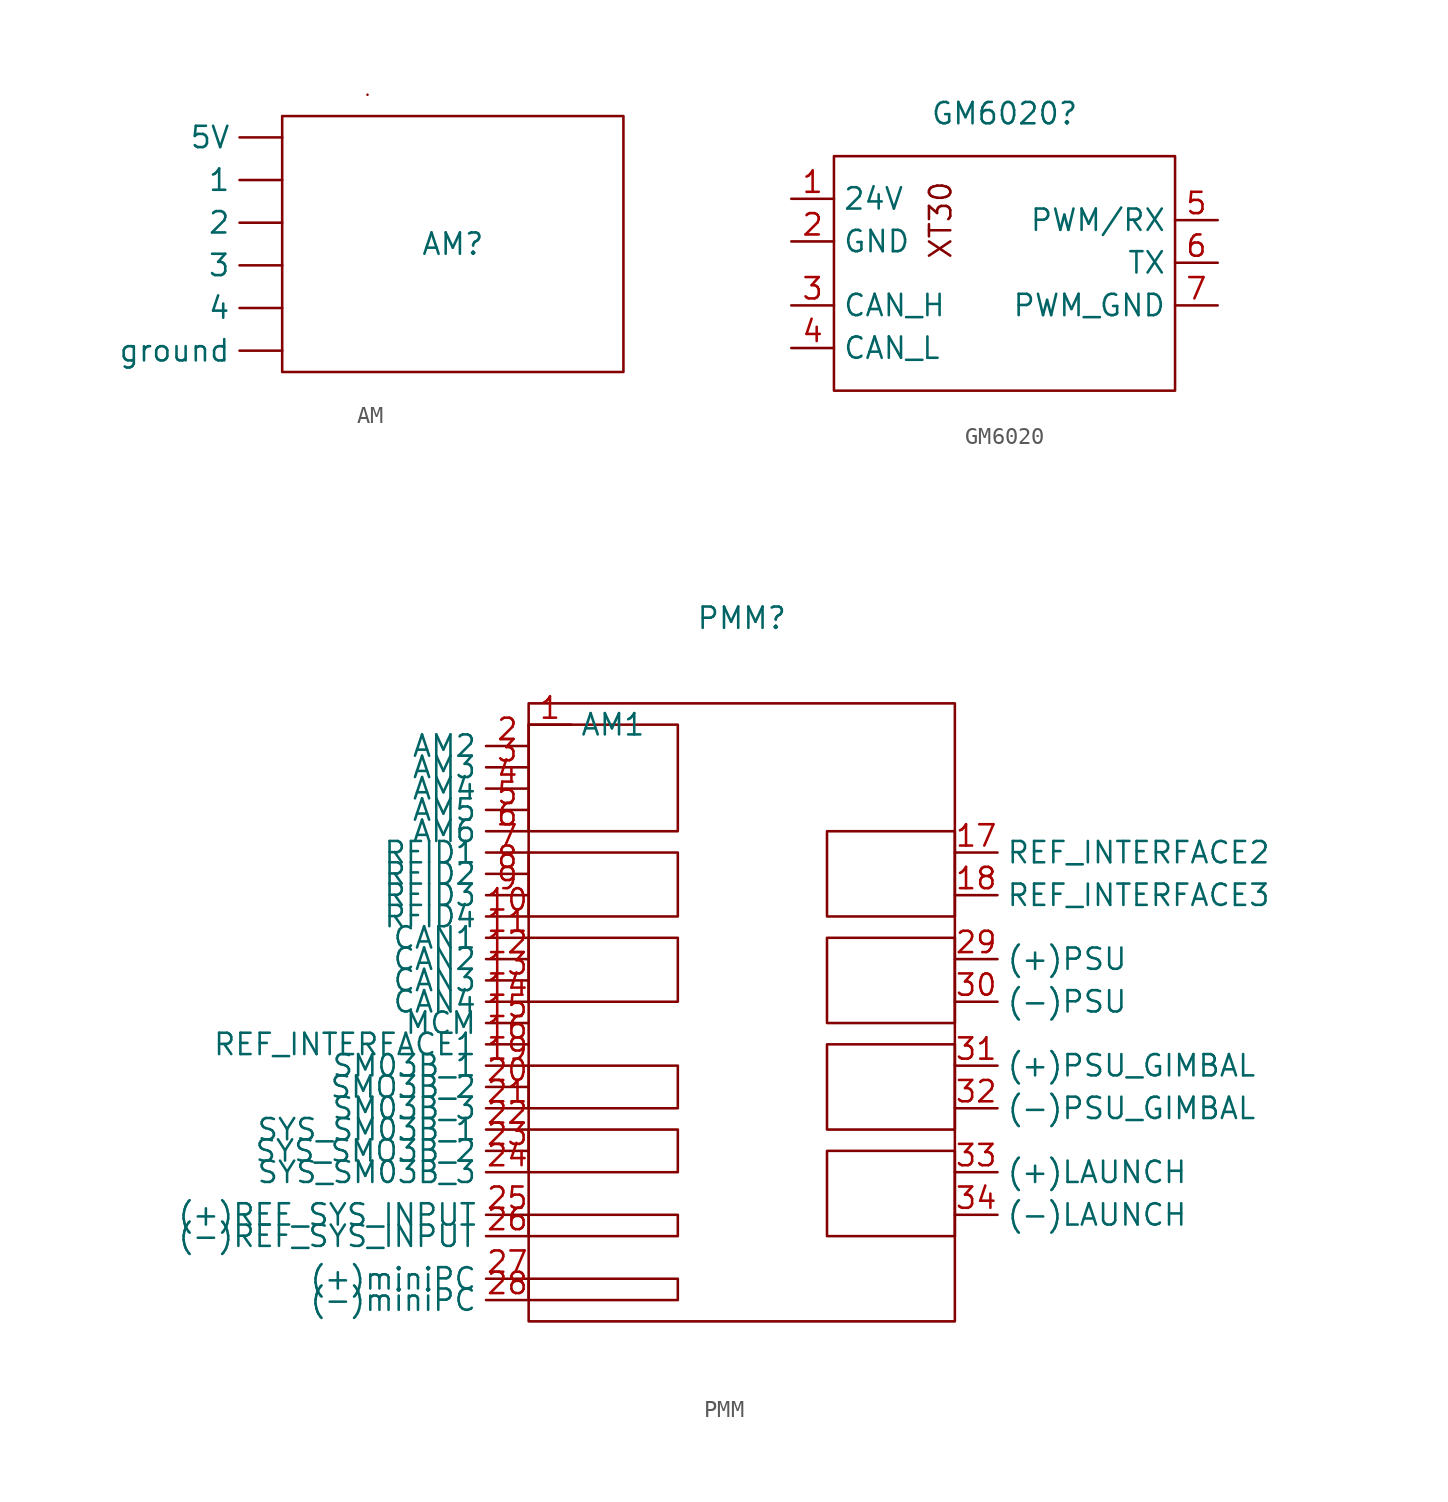
<source format=kicad_sym>
(kicad_symbol_lib
  (version 20220914)
  (generator kicad_symbol_editor)
  (symbol "AM"
    (property "Reference" "AM"
      (at 0 0 0)
      (effects (font (size 1.27 1.27))))
    (property "Value" ""
      (at 0 0 0)
      (effects (font (size 1.27 1.27))))
    (symbol "AM_0_1"
      (rectangle (start -10.16 7.62) (end 10.16 -7.62) (stroke (width 0) (type default)) (fill (type none)))
      (rectangle (start -5.08 8.89) (end -5.08 8.89) (stroke (width 0) (type default)) (fill (type none))))
    (symbol "AM_1_1"
      (pin input line (at -10.16 3.81 180) (length 2.54) (name "1" (effects (font (size 1.27 1.27)))) (number "" (effects (font (size 1.27 1.27)))))
      (pin input line (at -10.16 1.27 180) (length 2.54) (name "2" (effects (font (size 1.27 1.27)))) (number "" (effects (font (size 1.27 1.27)))))
      (pin input line (at -10.16 -1.27 180) (length 2.54) (name "3" (effects (font (size 1.27 1.27)))) (number "" (effects (font (size 1.27 1.27)))))
      (pin input line (at -10.16 -3.81 180) (length 2.54) (name "4" (effects (font (size 1.27 1.27)))) (number "" (effects (font (size 1.27 1.27)))))
      (pin power_in line (at -10.16 6.35 180) (length 2.54) (name "5V" (effects (font (size 1.27 1.27)))) (number "" (effects (font (size 1.27 1.27)))))
      (pin input line (at -10.16 -6.35 180) (length 2.54) (name "ground" (effects (font (size 1.27 1.27)))) (number "" (effects (font (size 1.27 1.27)))))))
  (symbol "GM6020"
    (property "Reference" "GM6020"
      (at 0 3.81 0)
      (effects (font (size 1.27 1.27))))
    (property "Value" ""
      (at -2.54 0 0)
      (effects (font (size 1.27 1.27))))
    (symbol "GM6020_0_1"
      (rectangle (start -10.16 1.27) (end 10.16 -12.7) (stroke (width 0) (type default)) (fill (type none))))
    (symbol "GM6020_1_1"
      (text "XT30" (at -3.81 -2.54 900) (effects (font (size 1.27 1.27))))
      (pin power_in line (at -12.7 -1.27 0) (length 2.54) (name "24V" (effects (font (size 1.27 1.27)))) (number "1" (effects (font (size 1.27 1.27)))))
      (pin power_in line (at -12.7 -3.81 0) (length 2.54) (name "GND" (effects (font (size 1.27 1.27)))) (number "2" (effects (font (size 1.27 1.27)))))
      (pin input line (at -12.7 -7.62 0) (length 2.54) (name "CAN_H" (effects (font (size 1.27 1.27)))) (number "3" (effects (font (size 1.27 1.27)))))
      (pin input line (at -12.7 -10.16 0) (length 2.54) (name "CAN_L" (effects (font (size 1.27 1.27)))) (number "4" (effects (font (size 1.27 1.27)))))
      (pin input line (at 12.7 -2.54 180) (length 2.54) (name "PWM/RX" (effects (font (size 1.27 1.27)))) (number "5" (effects (font (size 1.27 1.27)))))
      (pin output line (at 12.7 -5.08 180) (length 2.54) (name "TX" (effects (font (size 1.27 1.27)))) (number "6" (effects (font (size 1.27 1.27)))))
      (pin bidirectional line (at 12.7 -7.62 180) (length 2.54) (name "PWM_GND" (effects (font (size 1.27 1.27)))) (number "7" (effects (font (size 1.27 1.27)))))))
  (symbol "PMM"
    (property "Reference" "PMM"
      (at 8.89 8.89 0)
      (effects (font (size 1.27 1.27))))
    (property "Value" ""
      (at 0 0 0)
      (effects (font (size 1.27 1.27))))
    (symbol "PMM_0_1"
      (rectangle (start -3.81 -30.48) (end 5.08 -31.75) (stroke (width 0) (type default)) (fill (type none)))
      (rectangle (start -3.81 -26.67) (end 5.08 -27.94) (stroke (width 0) (type default)) (fill (type none)))
      (rectangle (start -3.81 -21.59) (end 5.08 -24.13) (stroke (width 0) (type default)) (fill (type none)))
      (rectangle (start -3.81 -17.78) (end 5.08 -20.32) (stroke (width 0) (type default)) (fill (type none)))
      (rectangle (start -3.81 -10.16) (end 5.08 -13.97) (stroke (width 0) (type default)) (fill (type none)))
      (rectangle (start -3.81 -5.08) (end 5.08 -8.89) (stroke (width 0) (type default)) (fill (type none)))
      (rectangle (start -3.81 2.54) (end 5.08 -3.81) (stroke (width 0) (type default)) (fill (type none)))
      (rectangle (start -3.81 3.81) (end 21.59 -33.02) (stroke (width 0) (type default)) (fill (type none)))
      (rectangle (start 13.97 -16.51) (end 21.59 -21.59) (stroke (width 0) (type default)) (fill (type none)))
      (rectangle (start 13.97 -10.16) (end 21.59 -15.24) (stroke (width 0) (type default)) (fill (type none)))
      (rectangle (start 13.97 -3.81) (end 21.59 -8.89) (stroke (width 0) (type default)) (fill (type none)))
      (rectangle (start 21.59 -22.86) (end 13.97 -27.94) (stroke (width 0) (type default)) (fill (type none))))
    (symbol "PMM_1_1"
      (pin output line (at -3.81 2.54 0) (length 2.54) (name "AM1" (effects (font (size 1.27 1.27)))) (number "1" (effects (font (size 1.27 1.27)))))
      (pin output line (at -3.81 -8.89 180) (length 2.54) (name "RFID4" (effects (font (size 1.27 1.27)))) (number "10" (effects (font (size 1.27 1.27)))))
      (pin output line (at -3.81 -10.16 180) (length 2.54) (name "CAN1" (effects (font (size 1.27 1.27)))) (number "11" (effects (font (size 1.27 1.27)))))
      (pin output line (at -3.81 -11.43 180) (length 2.54) (name "CAN2" (effects (font (size 1.27 1.27)))) (number "12" (effects (font (size 1.27 1.27)))))
      (pin output line (at -3.81 -12.7 180) (length 2.54) (name "CAN3" (effects (font (size 1.27 1.27)))) (number "13" (effects (font (size 1.27 1.27)))))
      (pin output line (at -3.81 -13.97 180) (length 2.54) (name "CAN4" (effects (font (size 1.27 1.27)))) (number "14" (effects (font (size 1.27 1.27)))))
      (pin output line (at -3.81 -15.24 180) (length 2.54) (name "MCM" (effects (font (size 1.27 1.27)))) (number "15" (effects (font (size 1.27 1.27)))))
      (pin output line (at -3.81 -16.51 180) (length 2.54) (name "REF_INTERFACE1" (effects (font (size 1.27 1.27)))) (number "16" (effects (font (size 1.27 1.27)))))
      (pin output line (at 21.59 -5.08 0) (length 2.54) (name "REF_INTERFACE2" (effects (font (size 1.27 1.27)))) (number "17" (effects (font (size 1.27 1.27)))))
      (pin output line (at 21.59 -7.62 0) (length 2.54) (name "REF_INTERFACE3" (effects (font (size 1.27 1.27)))) (number "18" (effects (font (size 1.27 1.27)))))
      (pin output line (at -3.81 -17.78 180) (length 2.54) (name "SM03B_1" (effects (font (size 1.27 1.27)))) (number "19" (effects (font (size 1.27 1.27)))))
      (pin output line (at -3.81 1.27 180) (length 2.54) (name "AM2" (effects (font (size 1.27 1.27)))) (number "2" (effects (font (size 1.27 1.27)))))
      (pin output line (at -3.81 -19.05 180) (length 2.54) (name "SMO3B_2" (effects (font (size 1.27 1.27)))) (number "20" (effects (font (size 1.27 1.27)))))
      (pin output line (at -3.81 -20.32 180) (length 2.54) (name "SM03B_3" (effects (font (size 1.27 1.27)))) (number "21" (effects (font (size 1.27 1.27)))))
      (pin output line (at -3.81 -21.59 180) (length 2.54) (name "SYS_SM03B_1" (effects (font (size 1.27 1.27)))) (number "22" (effects (font (size 1.27 1.27)))))
      (pin output line (at -3.81 -22.86 180) (length 2.54) (name "SYS_SMO3B_2" (effects (font (size 1.27 1.27)))) (number "23" (effects (font (size 1.27 1.27)))))
      (pin output line (at -3.81 -24.13 180) (length 2.54) (name "SYS_SM03B_3" (effects (font (size 1.27 1.27)))) (number "24" (effects (font (size 1.27 1.27)))))
      (pin input line (at -3.81 -26.67 180) (length 2.54) (name "(+)REF_SYS_INPUT" (effects (font (size 1.27 1.27)))) (number "25" (effects (font (size 1.27 1.27)))))
      (pin input line (at -3.81 -27.94 180) (length 2.54) (name "(-)REF_SYS_INPUT" (effects (font (size 1.27 1.27)))) (number "26" (effects (font (size 1.27 1.27)))))
      (pin output line (at -3.81 -30.48 180) (length 2.54) (name "(+)miniPC" (effects (font (size 1.27 1.27)))) (number "27" (effects (font (size 1.27 1.27)))))
      (pin output line (at -3.81 -31.75 180) (length 2.54) (name "(-)miniPC" (effects (font (size 1.27 1.27)))) (number "28" (effects (font (size 1.27 1.27)))))
      (pin output line (at 21.59 -11.43 0) (length 2.54) (name "(+)PSU" (effects (font (size 1.27 1.27)))) (number "29" (effects (font (size 1.27 1.27)))))
      (pin output line (at -3.81 0 180) (length 2.54) (name "AM3" (effects (font (size 1.27 1.27)))) (number "3" (effects (font (size 1.27 1.27)))))
      (pin output line (at 21.59 -13.97 0) (length 2.54) (name "(-)PSU" (effects (font (size 1.27 1.27)))) (number "30" (effects (font (size 1.27 1.27)))))
      (pin output line (at 21.59 -17.78 0) (length 2.54) (name "(+)PSU_GIMBAL" (effects (font (size 1.27 1.27)))) (number "31" (effects (font (size 1.27 1.27)))))
      (pin output line (at 21.59 -20.32 0) (length 2.54) (name "(-)PSU_GIMBAL" (effects (font (size 1.27 1.27)))) (number "32" (effects (font (size 1.27 1.27)))))
      (pin output line (at 21.59 -24.13 0) (length 2.54) (name "(+)LAUNCH" (effects (font (size 1.27 1.27)))) (number "33" (effects (font (size 1.27 1.27)))))
      (pin output line (at 21.59 -26.67 0) (length 2.54) (name "(-)LAUNCH" (effects (font (size 1.27 1.27)))) (number "34" (effects (font (size 1.27 1.27)))))
      (pin output line (at -3.81 -1.27 180) (length 2.54) (name "AM4" (effects (font (size 1.27 1.27)))) (number "4" (effects (font (size 1.27 1.27)))))
      (pin output line (at -3.81 -2.54 180) (length 2.54) (name "AM5" (effects (font (size 1.27 1.27)))) (number "5" (effects (font (size 1.27 1.27)))))
      (pin output line (at -3.81 -3.81 180) (length 2.54) (name "AM6" (effects (font (size 1.27 1.27)))) (number "6" (effects (font (size 1.27 1.27)))))
      (pin output line (at -3.81 -5.08 180) (length 2.54) (name "RFID1" (effects (font (size 1.27 1.27)))) (number "7" (effects (font (size 1.27 1.27)))))
      (pin output line (at -3.81 -6.35 180) (length 2.54) (name "RFID2" (effects (font (size 1.27 1.27)))) (number "8" (effects (font (size 1.27 1.27)))))
      (pin output line (at -3.81 -7.62 180) (length 2.54) (name "RFID3" (effects (font (size 1.27 1.27)))) (number "9" (effects (font (size 1.27 1.27))))))))
</source>
